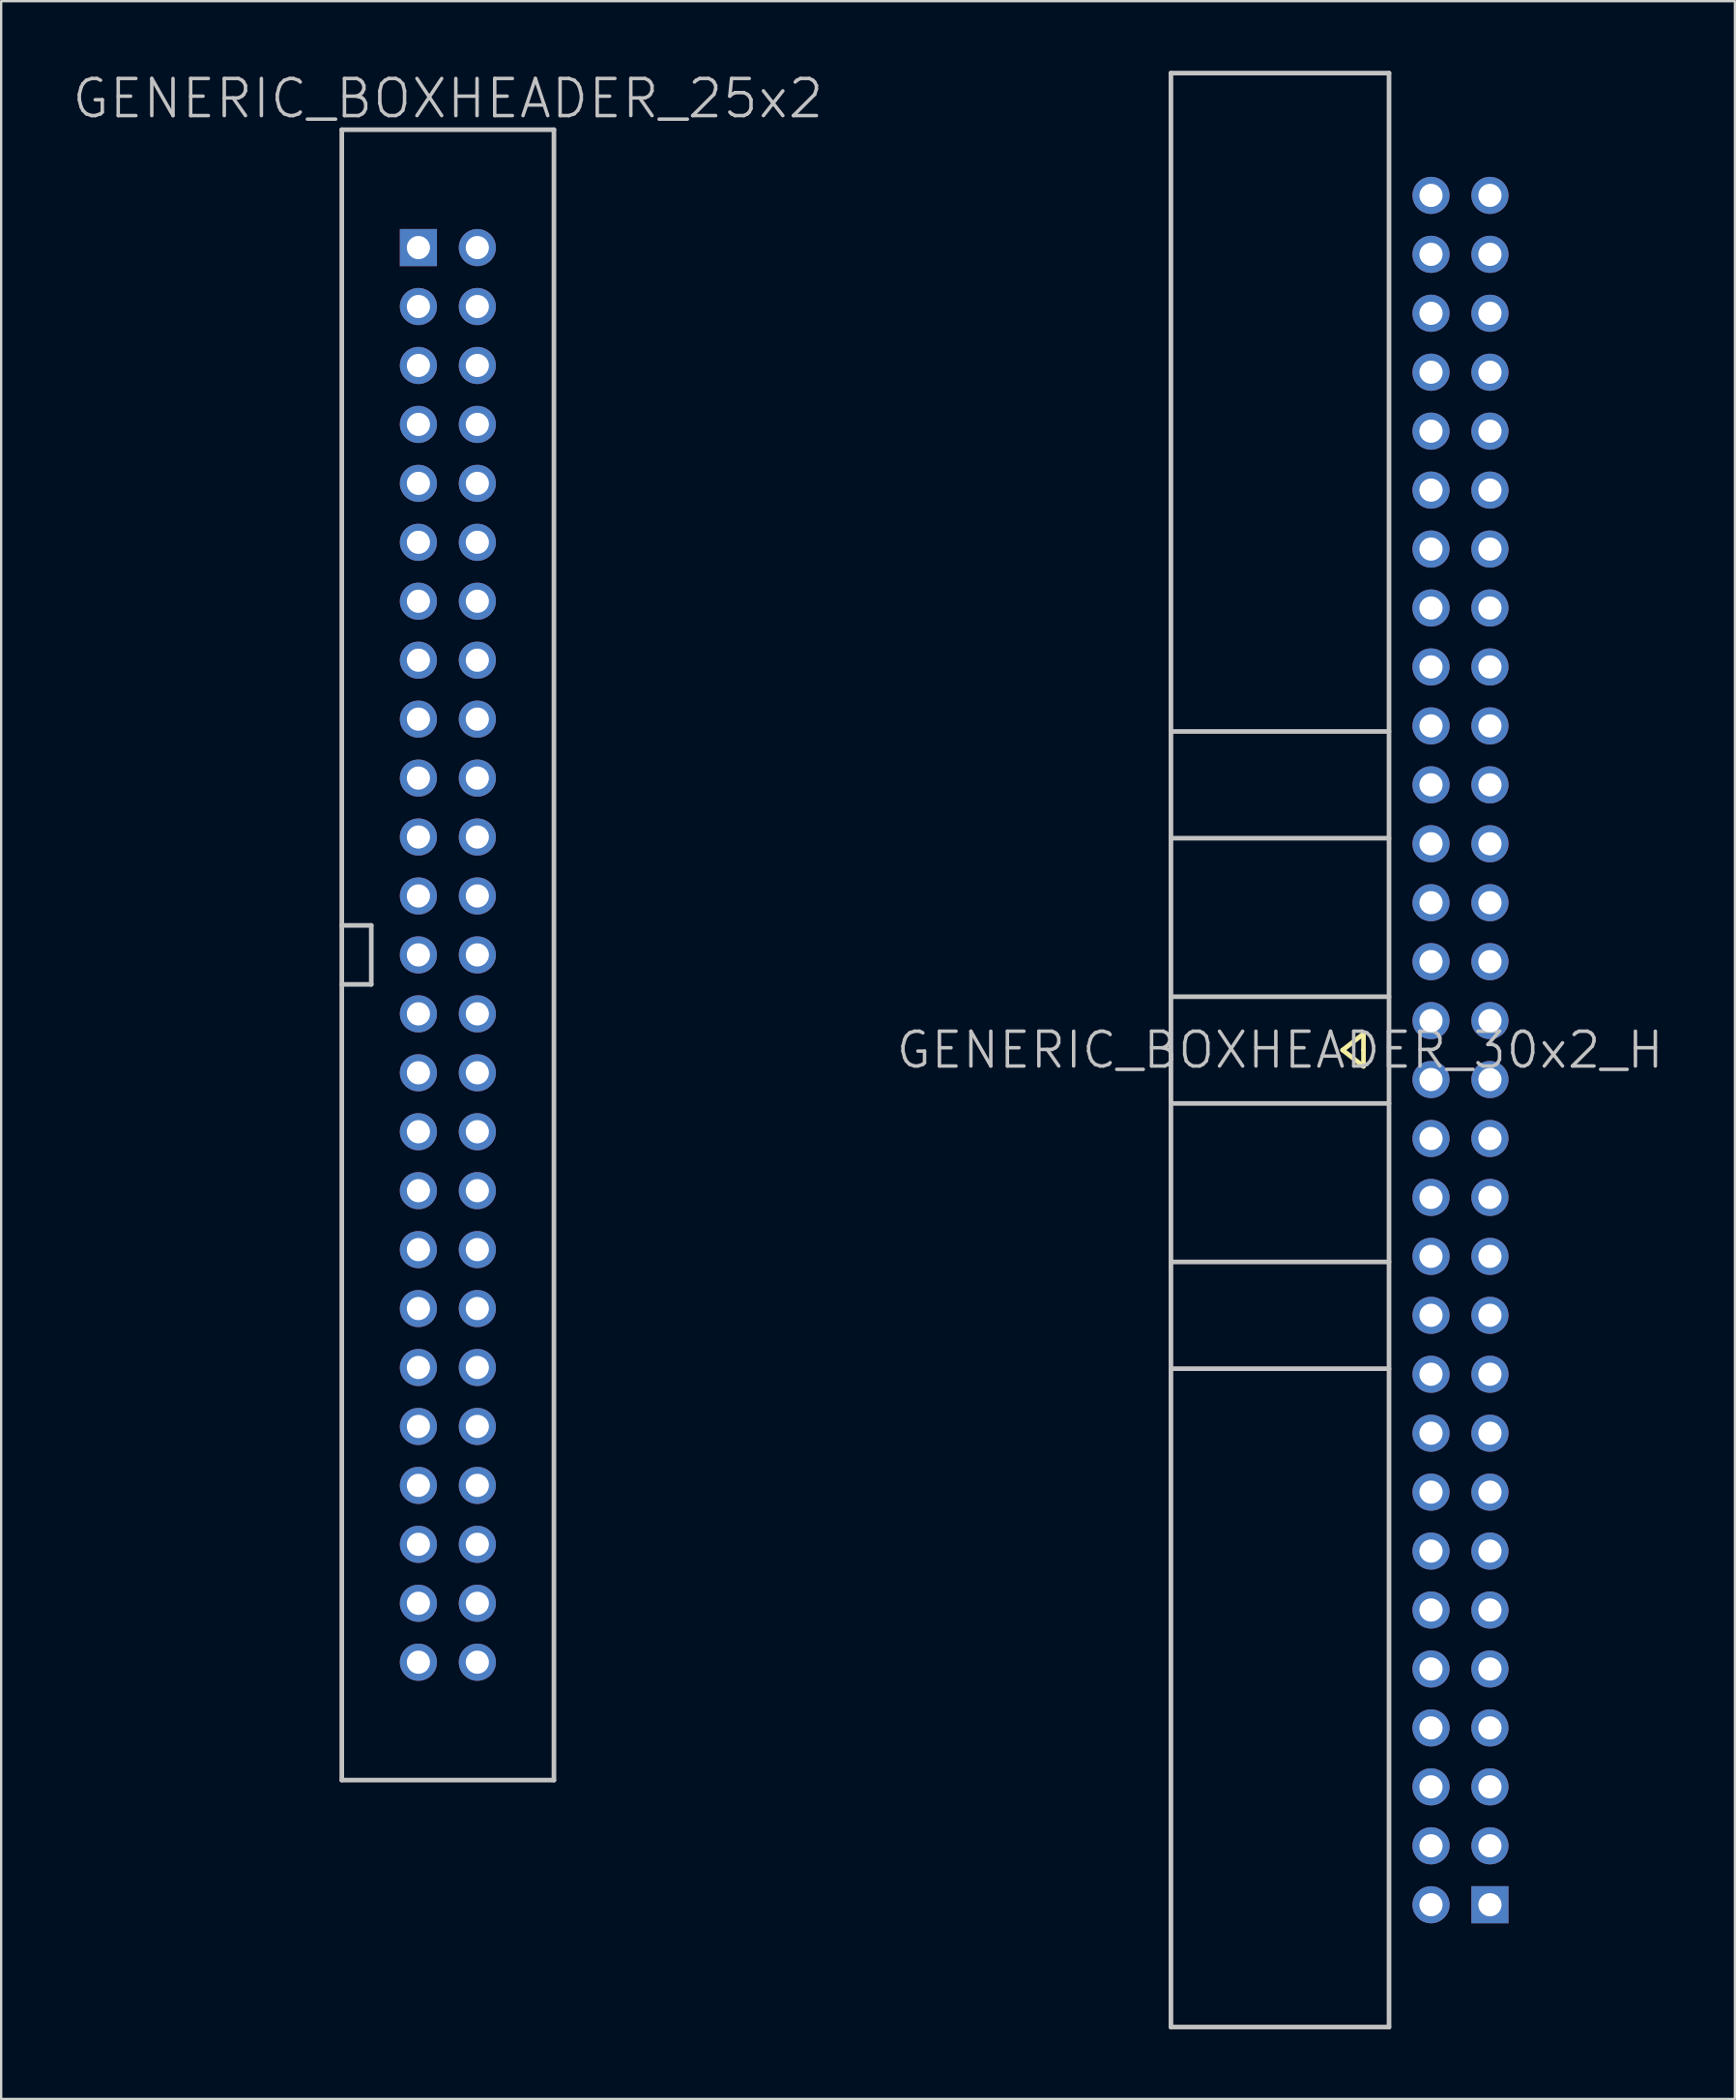
<source format=kicad_pcb>
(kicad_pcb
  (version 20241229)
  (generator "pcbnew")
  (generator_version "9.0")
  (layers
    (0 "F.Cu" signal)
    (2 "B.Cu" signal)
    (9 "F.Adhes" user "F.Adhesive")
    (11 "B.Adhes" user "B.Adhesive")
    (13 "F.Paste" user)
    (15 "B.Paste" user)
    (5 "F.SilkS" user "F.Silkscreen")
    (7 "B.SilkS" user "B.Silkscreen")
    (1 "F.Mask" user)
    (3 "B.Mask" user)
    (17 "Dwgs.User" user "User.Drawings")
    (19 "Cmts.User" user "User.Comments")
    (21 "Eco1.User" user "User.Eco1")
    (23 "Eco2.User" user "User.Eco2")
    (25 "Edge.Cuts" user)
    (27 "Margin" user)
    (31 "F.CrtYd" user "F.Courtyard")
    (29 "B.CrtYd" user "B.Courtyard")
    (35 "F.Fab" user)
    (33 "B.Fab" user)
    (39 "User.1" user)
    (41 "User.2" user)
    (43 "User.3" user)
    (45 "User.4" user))
  (footprint "GENERIC_BOXHEADER_25x2"
    (layer "F.Cu")
    (at 16.255 38.099)
    (property "Reference" "GENERIC_BOXHEADER_25x2" (at 0 -36.9 180) (layer "Dwgs.User") (effects (font (size 1.6 1.6) (thickness 0.15))))
    (attr through_hole)
    (fp_line (start -4.572 -35.56) (end -4.572 35.56) (stroke (width 0.2) (type solid)) (layer "Dwgs.User"))
    (fp_line (start -4.572 1.27) (end -3.302 1.27) (stroke (width 0.2) (type solid)) (layer "Dwgs.User"))
    (fp_line (start -3.302 -1.27) (end -4.572 -1.27) (stroke (width 0.2) (type solid)) (layer "Dwgs.User"))
    (fp_line (start -3.302 1.27) (end -3.302 -1.27) (stroke (width 0.2) (type solid)) (layer "Dwgs.User"))
    (fp_line (start 4.572 -35.56) (end -4.572 -35.56) (stroke (width 0.2) (type solid)) (layer "Dwgs.User"))
    (fp_line (start 4.572 35.56) (end -4.572 35.56) (stroke (width 0.2) (type solid)) (layer "Dwgs.User"))
    (fp_line (start 4.572 35.56) (end 4.572 -35.56) (stroke (width 0.2) (type solid)) (layer "Dwgs.User"))
    (pad "A1" thru_hole rect (at -1.27 -30.48) (size 1.6 1.6) (drill 1) (layers "*.Cu" "*.Mask"))
    (pad "A2" thru_hole circle (at -1.27 -27.94 270) (size 1.6 1.6) (drill 1) (layers "*.Cu" "*.Mask"))
    (pad "A3" thru_hole circle (at -1.27 -25.4 270) (size 1.6 1.6) (drill 1) (layers "*.Cu" "*.Mask"))
    (pad "A4" thru_hole circle (at -1.27 -22.86 270) (size 1.6 1.6) (drill 1) (layers "*.Cu" "*.Mask"))
    (pad "A5" thru_hole circle (at -1.27 -20.32 270) (size 1.6 1.6) (drill 1) (layers "*.Cu" "*.Mask"))
    (pad "A6" thru_hole circle (at -1.27 -17.78 270) (size 1.6 1.6) (drill 1) (layers "*.Cu" "*.Mask"))
    (pad "A7" thru_hole circle (at -1.27 -15.24 270) (size 1.6 1.6) (drill 1) (layers "*.Cu" "*.Mask"))
    (pad "A8" thru_hole circle (at -1.27 -12.7 270) (size 1.6 1.6) (drill 1) (layers "*.Cu" "*.Mask"))
    (pad "A9" thru_hole circle (at -1.27 -10.16 270) (size 1.6 1.6) (drill 1) (layers "*.Cu" "*.Mask"))
    (pad "A10" thru_hole circle (at -1.27 -7.62 270) (size 1.6 1.6) (drill 1) (layers "*.Cu" "*.Mask"))
    (pad "A11" thru_hole circle (at -1.27 -5.08 270) (size 1.6 1.6) (drill 1) (layers "*.Cu" "*.Mask"))
    (pad "A12" thru_hole circle (at -1.27 -2.54 270) (size 1.6 1.6) (drill 1) (layers "*.Cu" "*.Mask"))
    (pad "A13" thru_hole circle (at -1.27 0 270) (size 1.6 1.6) (drill 1) (layers "*.Cu" "*.Mask"))
    (pad "A14" thru_hole circle (at -1.27 2.54 270) (size 1.6 1.6) (drill 1) (layers "*.Cu" "*.Mask"))
    (pad "A15" thru_hole circle (at -1.27 5.08 270) (size 1.6 1.6) (drill 1) (layers "*.Cu" "*.Mask"))
    (pad "A16" thru_hole circle (at -1.27 7.62 270) (size 1.6 1.6) (drill 1) (layers "*.Cu" "*.Mask"))
    (pad "A17" thru_hole circle (at -1.27 10.16 270) (size 1.6 1.6) (drill 1) (layers "*.Cu" "*.Mask"))
    (pad "A18" thru_hole circle (at -1.27 12.7 270) (size 1.6 1.6) (drill 1) (layers "*.Cu" "*.Mask"))
    (pad "A19" thru_hole circle (at -1.27 15.24 270) (size 1.6 1.6) (drill 1) (layers "*.Cu" "*.Mask"))
    (pad "A20" thru_hole circle (at -1.27 17.78 270) (size 1.6 1.6) (drill 1) (layers "*.Cu" "*.Mask"))
    (pad "A21" thru_hole circle (at -1.27 20.32 270) (size 1.6 1.6) (drill 1) (layers "*.Cu" "*.Mask"))
    (pad "A22" thru_hole circle (at -1.27 22.86 270) (size 1.6 1.6) (drill 1) (layers "*.Cu" "*.Mask"))
    (pad "A23" thru_hole circle (at -1.27 25.4 270) (size 1.6 1.6) (drill 1) (layers "*.Cu" "*.Mask"))
    (pad "A24" thru_hole circle (at -1.27 27.94 270) (size 1.6 1.6) (drill 1) (layers "*.Cu" "*.Mask"))
    (pad "A25" thru_hole circle (at -1.27 30.48 270) (size 1.6 1.6) (drill 1) (layers "*.Cu" "*.Mask"))
    (pad "B1" thru_hole circle (at 1.27 -30.48 270) (size 1.6 1.6) (drill 1) (layers "*.Cu" "*.Mask"))
    (pad "B2" thru_hole circle (at 1.27 -27.94 270) (size 1.6 1.6) (drill 1) (layers "*.Cu" "*.Mask"))
    (pad "B3" thru_hole circle (at 1.27 -25.4 270) (size 1.6 1.6) (drill 1) (layers "*.Cu" "*.Mask"))
    (pad "B4" thru_hole circle (at 1.27 -22.86 270) (size 1.6 1.6) (drill 1) (layers "*.Cu" "*.Mask"))
    (pad "B5" thru_hole circle (at 1.27 -20.32 270) (size 1.6 1.6) (drill 1) (layers "*.Cu" "*.Mask"))
    (pad "B6" thru_hole circle (at 1.27 -17.78 270) (size 1.6 1.6) (drill 1) (layers "*.Cu" "*.Mask"))
    (pad "B7" thru_hole circle (at 1.27 -15.24 270) (size 1.6 1.6) (drill 1) (layers "*.Cu" "*.Mask"))
    (pad "B8" thru_hole circle (at 1.27 -12.7 270) (size 1.6 1.6) (drill 1) (layers "*.Cu" "*.Mask"))
    (pad "B9" thru_hole circle (at 1.27 -10.16 270) (size 1.6 1.6) (drill 1) (layers "*.Cu" "*.Mask"))
    (pad "B10" thru_hole circle (at 1.27 -7.62 270) (size 1.6 1.6) (drill 1) (layers "*.Cu" "*.Mask"))
    (pad "B11" thru_hole circle (at 1.27 -5.08 270) (size 1.6 1.6) (drill 1) (layers "*.Cu" "*.Mask"))
    (pad "B12" thru_hole circle (at 1.27 -2.54 270) (size 1.6 1.6) (drill 1) (layers "*.Cu" "*.Mask"))
    (pad "B13" thru_hole circle (at 1.27 0 270) (size 1.6 1.6) (drill 1) (layers "*.Cu" "*.Mask"))
    (pad "B14" thru_hole circle (at 1.27 2.54 270) (size 1.6 1.6) (drill 1) (layers "*.Cu" "*.Mask"))
    (pad "B15" thru_hole circle (at 1.27 5.08 270) (size 1.6 1.6) (drill 1) (layers "*.Cu" "*.Mask"))
    (pad "B16" thru_hole circle (at 1.27 7.62 270) (size 1.6 1.6) (drill 1) (layers "*.Cu" "*.Mask"))
    (pad "B17" thru_hole circle (at 1.27 10.16 270) (size 1.6 1.6) (drill 1) (layers "*.Cu" "*.Mask"))
    (pad "B18" thru_hole circle (at 1.27 12.7 270) (size 1.6 1.6) (drill 1) (layers "*.Cu" "*.Mask"))
    (pad "B19" thru_hole circle (at 1.27 15.24 270) (size 1.6 1.6) (drill 1) (layers "*.Cu" "*.Mask"))
    (pad "B20" thru_hole circle (at 1.27 17.78 270) (size 1.6 1.6) (drill 1) (layers "*.Cu" "*.Mask"))
    (pad "B21" thru_hole circle (at 1.27 20.32 270) (size 1.6 1.6) (drill 1) (layers "*.Cu" "*.Mask"))
    (pad "B22" thru_hole circle (at 1.27 22.86 270) (size 1.6 1.6) (drill 1) (layers "*.Cu" "*.Mask"))
    (pad "B23" thru_hole circle (at 1.27 25.4 270) (size 1.6 1.6) (drill 1) (layers "*.Cu" "*.Mask"))
    (pad "B24" thru_hole circle (at 1.27 27.94 270) (size 1.6 1.6) (drill 1) (layers "*.Cu" "*.Mask"))
    (pad "B25" thru_hole circle (at 1.27 30.48 270) (size 1.6 1.6) (drill 1) (layers "*.Cu" "*.Mask")))
  (footprint "GENERIC_BOXHEADER_30x2_H"
    (layer "F.Cu")
    (at 54.822 42.2)
    (property "Reference" "GENERIC_BOXHEADER_30x2_H" (at -2.7 0 180) (layer "Dwgs.User") (effects (font (size 1.5 1.5) (thickness 0.15))))
    (attr through_hole)
    (fp_line (start 0 0) (end 0.9 0.7) (stroke (width 0.2) (type solid)) (layer "F.SilkS"))
    (fp_line (start 0.9 -0.7) (end 0 0) (stroke (width 0.2) (type solid)) (layer "F.SilkS"))
    (fp_line (start 0.9 0) (end 0.9 -0.7) (stroke (width 0.2) (type solid)) (layer "F.SilkS"))
    (fp_line (start 0.9 0.7) (end 0.9 0) (stroke (width 0.2) (type solid)) (layer "F.SilkS"))
    (fp_line (start -7.4 -42.1) (end -7.4 42.1) (stroke (width 0.2) (type solid)) (layer "Dwgs.User"))
    (fp_line (start -7.4 -42.1) (end 2 -42.1) (stroke (width 0.2) (type solid)) (layer "Dwgs.User"))
    (fp_line (start -7.4 -13.73) (end 2 -13.73) (stroke (width 0.2) (type solid)) (layer "Dwgs.User"))
    (fp_line (start -7.4 -9.13) (end 2 -9.13) (stroke (width 0.2) (type solid)) (layer "Dwgs.User"))
    (fp_line (start -7.4 -2.3) (end 2 -2.3) (stroke (width 0.2) (type solid)) (layer "Dwgs.User"))
    (fp_line (start -7.4 2.3) (end 2 2.3) (stroke (width 0.2) (type solid)) (layer "Dwgs.User"))
    (fp_line (start -7.4 9.13) (end 2 9.13) (stroke (width 0.2) (type solid)) (layer "Dwgs.User"))
    (fp_line (start -7.4 13.73) (end 2 13.73) (stroke (width 0.2) (type solid)) (layer "Dwgs.User"))
    (fp_line (start -7.4 42.1) (end 2 42.1) (stroke (width 0.2) (type solid)) (layer "Dwgs.User"))
    (fp_line (start 2 42.1) (end 2 -42.1) (stroke (width 0.2) (type solid)) (layer "Dwgs.User"))
    (pad "1" thru_hole rect (at 6.35 36.83) (size 1.6 1.6) (drill 1) (layers "*.Cu" "*.Mask"))
    (pad "2" thru_hole circle (at 3.81 36.83 90) (size 1.6 1.6) (drill 1) (layers "*.Cu" "*.Mask"))
    (pad "3" thru_hole circle (at 6.35 34.29 90) (size 1.6 1.6) (drill 1) (layers "*.Cu" "*.Mask"))
    (pad "4" thru_hole circle (at 3.81 34.29 90) (size 1.6 1.6) (drill 1) (layers "*.Cu" "*.Mask"))
    (pad "5" thru_hole circle (at 6.35 31.75 90) (size 1.6 1.6) (drill 1) (layers "*.Cu" "*.Mask"))
    (pad "6" thru_hole circle (at 3.81 31.75 90) (size 1.6 1.6) (drill 1) (layers "*.Cu" "*.Mask"))
    (pad "7" thru_hole circle (at 6.35 29.21 90) (size 1.6 1.6) (drill 1) (layers "*.Cu" "*.Mask"))
    (pad "8" thru_hole circle (at 3.81 29.21 90) (size 1.6 1.6) (drill 1) (layers "*.Cu" "*.Mask"))
    (pad "9" thru_hole circle (at 6.35 26.67 90) (size 1.6 1.6) (drill 1) (layers "*.Cu" "*.Mask"))
    (pad "10" thru_hole circle (at 3.81 26.67 90) (size 1.6 1.6) (drill 1) (layers "*.Cu" "*.Mask"))
    (pad "11" thru_hole circle (at 6.35 24.13 90) (size 1.6 1.6) (drill 1) (layers "*.Cu" "*.Mask"))
    (pad "12" thru_hole circle (at 3.81 24.13 90) (size 1.6 1.6) (drill 1) (layers "*.Cu" "*.Mask"))
    (pad "13" thru_hole circle (at 6.35 21.59 90) (size 1.6 1.6) (drill 1) (layers "*.Cu" "*.Mask"))
    (pad "14" thru_hole circle (at 3.81 21.59 90) (size 1.6 1.6) (drill 1) (layers "*.Cu" "*.Mask"))
    (pad "15" thru_hole circle (at 6.35 19.05 90) (size 1.6 1.6) (drill 1) (layers "*.Cu" "*.Mask"))
    (pad "16" thru_hole circle (at 3.81 19.05 90) (size 1.6 1.6) (drill 1) (layers "*.Cu" "*.Mask"))
    (pad "17" thru_hole circle (at 6.35 16.51 90) (size 1.6 1.6) (drill 1) (layers "*.Cu" "*.Mask"))
    (pad "18" thru_hole circle (at 3.81 16.51 90) (size 1.6 1.6) (drill 1) (layers "*.Cu" "*.Mask"))
    (pad "19" thru_hole circle (at 6.35 13.97 90) (size 1.6 1.6) (drill 1) (layers "*.Cu" "*.Mask"))
    (pad "20" thru_hole circle (at 3.81 13.97 90) (size 1.6 1.6) (drill 1) (layers "*.Cu" "*.Mask"))
    (pad "21" thru_hole circle (at 6.35 11.43 90) (size 1.6 1.6) (drill 1) (layers "*.Cu" "*.Mask"))
    (pad "22" thru_hole circle (at 3.81 11.43 90) (size 1.6 1.6) (drill 1) (layers "*.Cu" "*.Mask"))
    (pad "23" thru_hole circle (at 6.35 8.89 90) (size 1.6 1.6) (drill 1) (layers "*.Cu" "*.Mask"))
    (pad "24" thru_hole circle (at 3.81 8.89 90) (size 1.6 1.6) (drill 1) (layers "*.Cu" "*.Mask"))
    (pad "25" thru_hole circle (at 6.35 6.35 90) (size 1.6 1.6) (drill 1) (layers "*.Cu" "*.Mask"))
    (pad "26" thru_hole circle (at 3.81 6.35 90) (size 1.6 1.6) (drill 1) (layers "*.Cu" "*.Mask"))
    (pad "27" thru_hole circle (at 6.35 3.81 90) (size 1.6 1.6) (drill 1) (layers "*.Cu" "*.Mask"))
    (pad "28" thru_hole circle (at 3.81 3.81 90) (size 1.6 1.6) (drill 1) (layers "*.Cu" "*.Mask"))
    (pad "29" thru_hole circle (at 6.35 1.27 90) (size 1.6 1.6) (drill 1) (layers "*.Cu" "*.Mask"))
    (pad "30" thru_hole circle (at 3.81 1.27 90) (size 1.6 1.6) (drill 1) (layers "*.Cu" "*.Mask"))
    (pad "31" thru_hole circle (at 6.35 -1.27 90) (size 1.6 1.6) (drill 1) (layers "*.Cu" "*.Mask"))
    (pad "32" thru_hole circle (at 3.81 -1.27 90) (size 1.6 1.6) (drill 1) (layers "*.Cu" "*.Mask"))
    (pad "33" thru_hole circle (at 6.35 -3.81 90) (size 1.6 1.6) (drill 1) (layers "*.Cu" "*.Mask"))
    (pad "34" thru_hole circle (at 3.81 -3.81 90) (size 1.6 1.6) (drill 1) (layers "*.Cu" "*.Mask"))
    (pad "35" thru_hole circle (at 6.35 -6.35 90) (size 1.6 1.6) (drill 1) (layers "*.Cu" "*.Mask"))
    (pad "36" thru_hole circle (at 3.81 -6.35 90) (size 1.6 1.6) (drill 1) (layers "*.Cu" "*.Mask"))
    (pad "37" thru_hole circle (at 6.35 -8.89 90) (size 1.6 1.6) (drill 1) (layers "*.Cu" "*.Mask"))
    (pad "38" thru_hole circle (at 3.81 -8.89 90) (size 1.6 1.6) (drill 1) (layers "*.Cu" "*.Mask"))
    (pad "39" thru_hole circle (at 6.35 -11.43 90) (size 1.6 1.6) (drill 1) (layers "*.Cu" "*.Mask"))
    (pad "40" thru_hole circle (at 3.81 -11.43 90) (size 1.6 1.6) (drill 1) (layers "*.Cu" "*.Mask"))
    (pad "41" thru_hole circle (at 6.35 -13.97 90) (size 1.6 1.6) (drill 1) (layers "*.Cu" "*.Mask"))
    (pad "42" thru_hole circle (at 3.81 -13.97 90) (size 1.6 1.6) (drill 1) (layers "*.Cu" "*.Mask"))
    (pad "43" thru_hole circle (at 6.35 -16.51 90) (size 1.6 1.6) (drill 1) (layers "*.Cu" "*.Mask"))
    (pad "44" thru_hole circle (at 3.81 -16.51 90) (size 1.6 1.6) (drill 1) (layers "*.Cu" "*.Mask"))
    (pad "45" thru_hole circle (at 6.35 -19.05 90) (size 1.6 1.6) (drill 1) (layers "*.Cu" "*.Mask"))
    (pad "46" thru_hole circle (at 3.81 -19.05 90) (size 1.6 1.6) (drill 1) (layers "*.Cu" "*.Mask"))
    (pad "47" thru_hole circle (at 6.35 -21.59 90) (size 1.6 1.6) (drill 1) (layers "*.Cu" "*.Mask"))
    (pad "48" thru_hole circle (at 3.81 -21.59 90) (size 1.6 1.6) (drill 1) (layers "*.Cu" "*.Mask"))
    (pad "49" thru_hole circle (at 6.35 -24.13 90) (size 1.6 1.6) (drill 1) (layers "*.Cu" "*.Mask"))
    (pad "50" thru_hole circle (at 3.81 -24.13 90) (size 1.6 1.6) (drill 1) (layers "*.Cu" "*.Mask"))
    (pad "51" thru_hole circle (at 6.35 -26.67 90) (size 1.6 1.6) (drill 1) (layers "*.Cu" "*.Mask"))
    (pad "52" thru_hole circle (at 3.81 -26.67 90) (size 1.6 1.6) (drill 1) (layers "*.Cu" "*.Mask"))
    (pad "53" thru_hole circle (at 6.35 -29.21 90) (size 1.6 1.6) (drill 1) (layers "*.Cu" "*.Mask"))
    (pad "54" thru_hole circle (at 3.81 -29.21 90) (size 1.6 1.6) (drill 1) (layers "*.Cu" "*.Mask"))
    (pad "55" thru_hole circle (at 6.35 -31.75 90) (size 1.6 1.6) (drill 1) (layers "*.Cu" "*.Mask"))
    (pad "56" thru_hole circle (at 3.81 -31.75 90) (size 1.6 1.6) (drill 1) (layers "*.Cu" "*.Mask"))
    (pad "57" thru_hole circle (at 6.35 -34.29 90) (size 1.6 1.6) (drill 1) (layers "*.Cu" "*.Mask"))
    (pad "58" thru_hole circle (at 3.81 -34.29 90) (size 1.6 1.6) (drill 1) (layers "*.Cu" "*.Mask"))
    (pad "59" thru_hole circle (at 6.35 -36.83 90) (size 1.6 1.6) (drill 1) (layers "*.Cu" "*.Mask"))
    (pad "60" thru_hole circle (at 3.81 -36.83 90) (size 1.6 1.6) (drill 1) (layers "*.Cu" "*.Mask")))
  (gr_rect
    (start -3 -3)
    (end 71.732 87.4)
    (stroke (width 0.1) (type default))
    (fill no)
    (layer "Edge.Cuts")))
</source>
